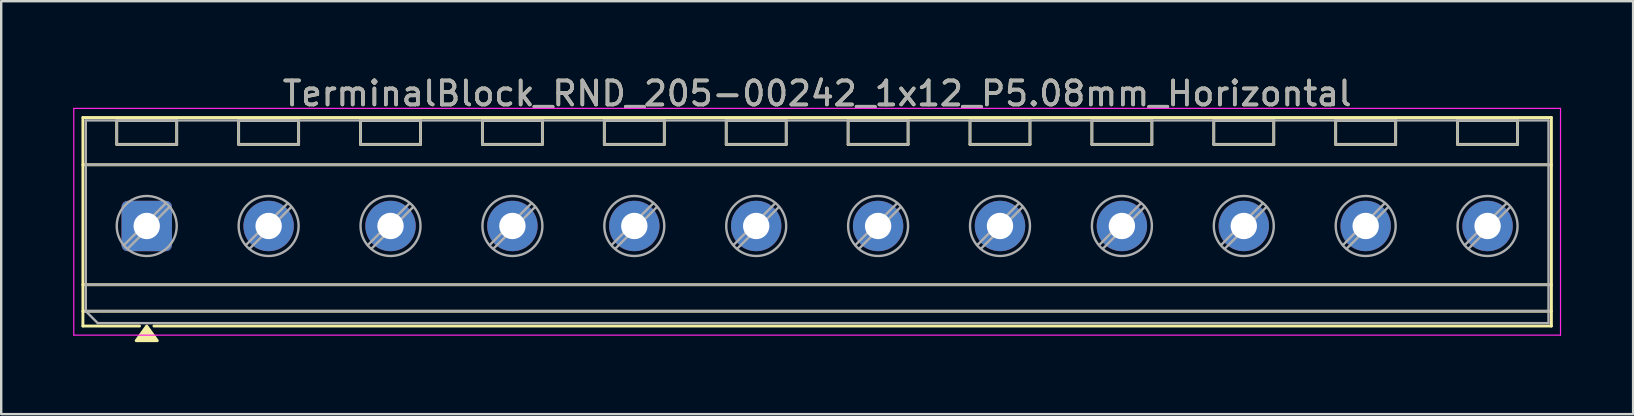
<source format=kicad_pcb>
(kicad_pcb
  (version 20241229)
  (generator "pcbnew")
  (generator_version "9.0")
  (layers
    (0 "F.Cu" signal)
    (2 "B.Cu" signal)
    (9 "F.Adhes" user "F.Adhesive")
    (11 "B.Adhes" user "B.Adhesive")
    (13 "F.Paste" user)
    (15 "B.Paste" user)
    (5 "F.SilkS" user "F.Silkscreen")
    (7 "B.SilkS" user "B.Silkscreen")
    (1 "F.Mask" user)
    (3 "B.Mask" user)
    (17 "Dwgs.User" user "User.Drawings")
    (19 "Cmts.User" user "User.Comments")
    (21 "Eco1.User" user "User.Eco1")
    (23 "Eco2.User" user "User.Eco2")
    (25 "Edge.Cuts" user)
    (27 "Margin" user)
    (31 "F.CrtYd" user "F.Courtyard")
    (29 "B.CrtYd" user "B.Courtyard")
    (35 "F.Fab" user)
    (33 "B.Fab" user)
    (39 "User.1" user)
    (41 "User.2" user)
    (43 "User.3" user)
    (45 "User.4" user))
  (footprint "TerminalBlock_RND_205-00242_1x12_P5.08mm_Horizontal"
    (layer "F.Cu")
    (at 3.065 6.368)
    (property "Reference" "TerminalBlock_RND_205-00242_1x12_P5.08mm_Horizontal" (at 27.94 -5.52 0) (layer "F.SilkS") (effects (font (size 1 1) (thickness 0.15))))
    (attr through_hole)
    (fp_line (start -2.66 -4.52) (end 58.54 -4.52) (stroke (width 0.12) (type solid)) (layer "F.SilkS"))
    (fp_line (start -2.66 -2.55) (end 58.54 -2.55) (stroke (width 0.12) (type solid)) (layer "F.SilkS"))
    (fp_line (start -2.66 2.45) (end 58.54 2.45) (stroke (width 0.12) (type solid)) (layer "F.SilkS"))
    (fp_line (start -2.66 3.55) (end 58.54 3.55) (stroke (width 0.12) (type solid)) (layer "F.SilkS"))
    (fp_line (start -2.66 4.17) (end -2.66 -4.52) (stroke (width 0.12) (type solid)) (layer "F.SilkS"))
    (fp_line (start -1.25 -4.4) (end 1.25 -4.4) (stroke (width 0.12) (type solid)) (layer "F.SilkS"))
    (fp_line (start -1.25 -3.4) (end -1.25 -4.4) (stroke (width 0.12) (type solid)) (layer "F.SilkS"))
    (fp_line (start -0.3 4.17) (end -2.66 4.17) (stroke (width 0.12) (type solid)) (layer "F.SilkS"))
    (fp_line (start 1.25 -4.4) (end 1.25 -3.4) (stroke (width 0.12) (type solid)) (layer "F.SilkS"))
    (fp_line (start 1.25 -3.4) (end -1.25 -3.4) (stroke (width 0.12) (type solid)) (layer "F.SilkS"))
    (fp_line (start 3.83 -4.4) (end 6.33 -4.4) (stroke (width 0.12) (type solid)) (layer "F.SilkS"))
    (fp_line (start 3.83 -3.4) (end 3.83 -4.4) (stroke (width 0.12) (type solid)) (layer "F.SilkS"))
    (fp_line (start 6.33 -4.4) (end 6.33 -3.4) (stroke (width 0.12) (type solid)) (layer "F.SilkS"))
    (fp_line (start 6.33 -3.4) (end 3.83 -3.4) (stroke (width 0.12) (type solid)) (layer "F.SilkS"))
    (fp_line (start 8.91 -4.4) (end 11.41 -4.4) (stroke (width 0.12) (type solid)) (layer "F.SilkS"))
    (fp_line (start 8.91 -3.4) (end 8.91 -4.4) (stroke (width 0.12) (type solid)) (layer "F.SilkS"))
    (fp_line (start 11.41 -4.4) (end 11.41 -3.4) (stroke (width 0.12) (type solid)) (layer "F.SilkS"))
    (fp_line (start 11.41 -3.4) (end 8.91 -3.4) (stroke (width 0.12) (type solid)) (layer "F.SilkS"))
    (fp_line (start 13.99 -4.4) (end 16.49 -4.4) (stroke (width 0.12) (type solid)) (layer "F.SilkS"))
    (fp_line (start 13.99 -3.4) (end 13.99 -4.4) (stroke (width 0.12) (type solid)) (layer "F.SilkS"))
    (fp_line (start 16.49 -4.4) (end 16.49 -3.4) (stroke (width 0.12) (type solid)) (layer "F.SilkS"))
    (fp_line (start 16.49 -3.4) (end 13.99 -3.4) (stroke (width 0.12) (type solid)) (layer "F.SilkS"))
    (fp_line (start 19.07 -4.4) (end 21.57 -4.4) (stroke (width 0.12) (type solid)) (layer "F.SilkS"))
    (fp_line (start 19.07 -3.4) (end 19.07 -4.4) (stroke (width 0.12) (type solid)) (layer "F.SilkS"))
    (fp_line (start 21.57 -4.4) (end 21.57 -3.4) (stroke (width 0.12) (type solid)) (layer "F.SilkS"))
    (fp_line (start 21.57 -3.4) (end 19.07 -3.4) (stroke (width 0.12) (type solid)) (layer "F.SilkS"))
    (fp_line (start 24.15 -4.4) (end 26.65 -4.4) (stroke (width 0.12) (type solid)) (layer "F.SilkS"))
    (fp_line (start 24.15 -3.4) (end 24.15 -4.4) (stroke (width 0.12) (type solid)) (layer "F.SilkS"))
    (fp_line (start 26.65 -4.4) (end 26.65 -3.4) (stroke (width 0.12) (type solid)) (layer "F.SilkS"))
    (fp_line (start 26.65 -3.4) (end 24.15 -3.4) (stroke (width 0.12) (type solid)) (layer "F.SilkS"))
    (fp_line (start 29.23 -4.4) (end 31.73 -4.4) (stroke (width 0.12) (type solid)) (layer "F.SilkS"))
    (fp_line (start 29.23 -3.4) (end 29.23 -4.4) (stroke (width 0.12) (type solid)) (layer "F.SilkS"))
    (fp_line (start 31.73 -4.4) (end 31.73 -3.4) (stroke (width 0.12) (type solid)) (layer "F.SilkS"))
    (fp_line (start 31.73 -3.4) (end 29.23 -3.4) (stroke (width 0.12) (type solid)) (layer "F.SilkS"))
    (fp_line (start 34.31 -4.4) (end 36.81 -4.4) (stroke (width 0.12) (type solid)) (layer "F.SilkS"))
    (fp_line (start 34.31 -3.4) (end 34.31 -4.4) (stroke (width 0.12) (type solid)) (layer "F.SilkS"))
    (fp_line (start 36.81 -4.4) (end 36.81 -3.4) (stroke (width 0.12) (type solid)) (layer "F.SilkS"))
    (fp_line (start 36.81 -3.4) (end 34.31 -3.4) (stroke (width 0.12) (type solid)) (layer "F.SilkS"))
    (fp_line (start 39.39 -4.4) (end 41.89 -4.4) (stroke (width 0.12) (type solid)) (layer "F.SilkS"))
    (fp_line (start 39.39 -3.4) (end 39.39 -4.4) (stroke (width 0.12) (type solid)) (layer "F.SilkS"))
    (fp_line (start 41.89 -4.4) (end 41.89 -3.4) (stroke (width 0.12) (type solid)) (layer "F.SilkS"))
    (fp_line (start 41.89 -3.4) (end 39.39 -3.4) (stroke (width 0.12) (type solid)) (layer "F.SilkS"))
    (fp_line (start 44.47 -4.4) (end 46.97 -4.4) (stroke (width 0.12) (type solid)) (layer "F.SilkS"))
    (fp_line (start 44.47 -3.4) (end 44.47 -4.4) (stroke (width 0.12) (type solid)) (layer "F.SilkS"))
    (fp_line (start 46.97 -4.4) (end 46.97 -3.4) (stroke (width 0.12) (type solid)) (layer "F.SilkS"))
    (fp_line (start 46.97 -3.4) (end 44.47 -3.4) (stroke (width 0.12) (type solid)) (layer "F.SilkS"))
    (fp_line (start 49.55 -4.4) (end 52.05 -4.4) (stroke (width 0.12) (type solid)) (layer "F.SilkS"))
    (fp_line (start 49.55 -3.4) (end 49.55 -4.4) (stroke (width 0.12) (type solid)) (layer "F.SilkS"))
    (fp_line (start 52.05 -4.4) (end 52.05 -3.4) (stroke (width 0.12) (type solid)) (layer "F.SilkS"))
    (fp_line (start 52.05 -3.4) (end 49.55 -3.4) (stroke (width 0.12) (type solid)) (layer "F.SilkS"))
    (fp_line (start 54.63 -4.4) (end 57.13 -4.4) (stroke (width 0.12) (type solid)) (layer "F.SilkS"))
    (fp_line (start 54.63 -3.4) (end 54.63 -4.4) (stroke (width 0.12) (type solid)) (layer "F.SilkS"))
    (fp_line (start 57.13 -4.4) (end 57.13 -3.4) (stroke (width 0.12) (type solid)) (layer "F.SilkS"))
    (fp_line (start 57.13 -3.4) (end 54.63 -3.4) (stroke (width 0.12) (type solid)) (layer "F.SilkS"))
    (fp_line (start 58.54 -4.52) (end 58.54 4.17) (stroke (width 0.12) (type solid)) (layer "F.SilkS"))
    (fp_line (start 58.54 4.17) (end 0.3 4.17) (stroke (width 0.12) (type solid)) (layer "F.SilkS"))
    (fp_poly (pts (xy 0 4.17) (xy 0.44 4.78) (xy -0.44 4.78)) (stroke (width 0.12) (type solid)) (fill yes) (layer "F.SilkS"))
    (fp_line (start -3.04 -4.9) (end -3.04 4.55) (stroke (width 0.05) (type solid)) (layer "F.CrtYd"))
    (fp_line (start -3.04 4.55) (end 58.92 4.55) (stroke (width 0.05) (type solid)) (layer "F.CrtYd"))
    (fp_line (start 58.92 -4.9) (end -3.04 -4.9) (stroke (width 0.05) (type solid)) (layer "F.CrtYd"))
    (fp_line (start 58.92 4.55) (end 58.92 -4.9) (stroke (width 0.05) (type solid)) (layer "F.CrtYd"))
    (fp_line (start -2.54 -4.4) (end 58.42 -4.4) (stroke (width 0.1) (type solid)) (layer "F.Fab"))
    (fp_line (start -2.54 -2.55) (end 58.42 -2.55) (stroke (width 0.1) (type solid)) (layer "F.Fab"))
    (fp_line (start -2.54 2.45) (end 58.42 2.45) (stroke (width 0.1) (type solid)) (layer "F.Fab"))
    (fp_line (start -2.54 3.55) (end -2.54 -4.4) (stroke (width 0.1) (type solid)) (layer "F.Fab"))
    (fp_line (start -2.54 3.55) (end 58.42 3.55) (stroke (width 0.1) (type solid)) (layer "F.Fab"))
    (fp_line (start -2.04 4.05) (end -2.54 3.55) (stroke (width 0.1) (type solid)) (layer "F.Fab"))
    (fp_line (start -1.25 -4.4) (end -1.25 -3.4) (stroke (width 0.1) (type solid)) (layer "F.Fab"))
    (fp_line (start -1.25 -3.4) (end 1.25 -3.4) (stroke (width 0.1) (type solid)) (layer "F.Fab"))
    (fp_line (start 0.795 -0.948) (end -0.948 0.795) (stroke (width 0.1) (type solid)) (layer "F.Fab"))
    (fp_line (start 0.948 -0.795) (end -0.795 0.948) (stroke (width 0.1) (type solid)) (layer "F.Fab"))
    (fp_line (start 1.25 -4.4) (end -1.25 -4.4) (stroke (width 0.1) (type solid)) (layer "F.Fab"))
    (fp_line (start 1.25 -3.4) (end 1.25 -4.4) (stroke (width 0.1) (type solid)) (layer "F.Fab"))
    (fp_line (start 3.83 -4.4) (end 3.83 -3.4) (stroke (width 0.1) (type solid)) (layer "F.Fab"))
    (fp_line (start 3.83 -3.4) (end 6.33 -3.4) (stroke (width 0.1) (type solid)) (layer "F.Fab"))
    (fp_line (start 5.875 -0.948) (end 4.132 0.795) (stroke (width 0.1) (type solid)) (layer "F.Fab"))
    (fp_line (start 6.028 -0.795) (end 4.285 0.948) (stroke (width 0.1) (type solid)) (layer "F.Fab"))
    (fp_line (start 6.33 -4.4) (end 3.83 -4.4) (stroke (width 0.1) (type solid)) (layer "F.Fab"))
    (fp_line (start 6.33 -3.4) (end 6.33 -4.4) (stroke (width 0.1) (type solid)) (layer "F.Fab"))
    (fp_line (start 8.91 -4.4) (end 8.91 -3.4) (stroke (width 0.1) (type solid)) (layer "F.Fab"))
    (fp_line (start 8.91 -3.4) (end 11.41 -3.4) (stroke (width 0.1) (type solid)) (layer "F.Fab"))
    (fp_line (start 10.955 -0.948) (end 9.212 0.795) (stroke (width 0.1) (type solid)) (layer "F.Fab"))
    (fp_line (start 11.108 -0.795) (end 9.365 0.948) (stroke (width 0.1) (type solid)) (layer "F.Fab"))
    (fp_line (start 11.41 -4.4) (end 8.91 -4.4) (stroke (width 0.1) (type solid)) (layer "F.Fab"))
    (fp_line (start 11.41 -3.4) (end 11.41 -4.4) (stroke (width 0.1) (type solid)) (layer "F.Fab"))
    (fp_line (start 13.99 -4.4) (end 13.99 -3.4) (stroke (width 0.1) (type solid)) (layer "F.Fab"))
    (fp_line (start 13.99 -3.4) (end 16.49 -3.4) (stroke (width 0.1) (type solid)) (layer "F.Fab"))
    (fp_line (start 16.035 -0.948) (end 14.292 0.795) (stroke (width 0.1) (type solid)) (layer "F.Fab"))
    (fp_line (start 16.188 -0.795) (end 14.445 0.948) (stroke (width 0.1) (type solid)) (layer "F.Fab"))
    (fp_line (start 16.49 -4.4) (end 13.99 -4.4) (stroke (width 0.1) (type solid)) (layer "F.Fab"))
    (fp_line (start 16.49 -3.4) (end 16.49 -4.4) (stroke (width 0.1) (type solid)) (layer "F.Fab"))
    (fp_line (start 19.07 -4.4) (end 19.07 -3.4) (stroke (width 0.1) (type solid)) (layer "F.Fab"))
    (fp_line (start 19.07 -3.4) (end 21.57 -3.4) (stroke (width 0.1) (type solid)) (layer "F.Fab"))
    (fp_line (start 21.115 -0.948) (end 19.372 0.795) (stroke (width 0.1) (type solid)) (layer "F.Fab"))
    (fp_line (start 21.268 -0.795) (end 19.525 0.948) (stroke (width 0.1) (type solid)) (layer "F.Fab"))
    (fp_line (start 21.57 -4.4) (end 19.07 -4.4) (stroke (width 0.1) (type solid)) (layer "F.Fab"))
    (fp_line (start 21.57 -3.4) (end 21.57 -4.4) (stroke (width 0.1) (type solid)) (layer "F.Fab"))
    (fp_line (start 24.15 -4.4) (end 24.15 -3.4) (stroke (width 0.1) (type solid)) (layer "F.Fab"))
    (fp_line (start 24.15 -3.4) (end 26.65 -3.4) (stroke (width 0.1) (type solid)) (layer "F.Fab"))
    (fp_line (start 26.195 -0.948) (end 24.452 0.795) (stroke (width 0.1) (type solid)) (layer "F.Fab"))
    (fp_line (start 26.348 -0.795) (end 24.605 0.948) (stroke (width 0.1) (type solid)) (layer "F.Fab"))
    (fp_line (start 26.65 -4.4) (end 24.15 -4.4) (stroke (width 0.1) (type solid)) (layer "F.Fab"))
    (fp_line (start 26.65 -3.4) (end 26.65 -4.4) (stroke (width 0.1) (type solid)) (layer "F.Fab"))
    (fp_line (start 29.23 -4.4) (end 29.23 -3.4) (stroke (width 0.1) (type solid)) (layer "F.Fab"))
    (fp_line (start 29.23 -3.4) (end 31.73 -3.4) (stroke (width 0.1) (type solid)) (layer "F.Fab"))
    (fp_line (start 31.275 -0.948) (end 29.532 0.795) (stroke (width 0.1) (type solid)) (layer "F.Fab"))
    (fp_line (start 31.428 -0.795) (end 29.685 0.948) (stroke (width 0.1) (type solid)) (layer "F.Fab"))
    (fp_line (start 31.73 -4.4) (end 29.23 -4.4) (stroke (width 0.1) (type solid)) (layer "F.Fab"))
    (fp_line (start 31.73 -3.4) (end 31.73 -4.4) (stroke (width 0.1) (type solid)) (layer "F.Fab"))
    (fp_line (start 34.31 -4.4) (end 34.31 -3.4) (stroke (width 0.1) (type solid)) (layer "F.Fab"))
    (fp_line (start 34.31 -3.4) (end 36.81 -3.4) (stroke (width 0.1) (type solid)) (layer "F.Fab"))
    (fp_line (start 36.355 -0.948) (end 34.612 0.795) (stroke (width 0.1) (type solid)) (layer "F.Fab"))
    (fp_line (start 36.508 -0.795) (end 34.765 0.948) (stroke (width 0.1) (type solid)) (layer "F.Fab"))
    (fp_line (start 36.81 -4.4) (end 34.31 -4.4) (stroke (width 0.1) (type solid)) (layer "F.Fab"))
    (fp_line (start 36.81 -3.4) (end 36.81 -4.4) (stroke (width 0.1) (type solid)) (layer "F.Fab"))
    (fp_line (start 39.39 -4.4) (end 39.39 -3.4) (stroke (width 0.1) (type solid)) (layer "F.Fab"))
    (fp_line (start 39.39 -3.4) (end 41.89 -3.4) (stroke (width 0.1) (type solid)) (layer "F.Fab"))
    (fp_line (start 41.435 -0.948) (end 39.692 0.795) (stroke (width 0.1) (type solid)) (layer "F.Fab"))
    (fp_line (start 41.588 -0.795) (end 39.845 0.948) (stroke (width 0.1) (type solid)) (layer "F.Fab"))
    (fp_line (start 41.89 -4.4) (end 39.39 -4.4) (stroke (width 0.1) (type solid)) (layer "F.Fab"))
    (fp_line (start 41.89 -3.4) (end 41.89 -4.4) (stroke (width 0.1) (type solid)) (layer "F.Fab"))
    (fp_line (start 44.47 -4.4) (end 44.47 -3.4) (stroke (width 0.1) (type solid)) (layer "F.Fab"))
    (fp_line (start 44.47 -3.4) (end 46.97 -3.4) (stroke (width 0.1) (type solid)) (layer "F.Fab"))
    (fp_line (start 46.515 -0.948) (end 44.772 0.795) (stroke (width 0.1) (type solid)) (layer "F.Fab"))
    (fp_line (start 46.668 -0.795) (end 44.925 0.948) (stroke (width 0.1) (type solid)) (layer "F.Fab"))
    (fp_line (start 46.97 -4.4) (end 44.47 -4.4) (stroke (width 0.1) (type solid)) (layer "F.Fab"))
    (fp_line (start 46.97 -3.4) (end 46.97 -4.4) (stroke (width 0.1) (type solid)) (layer "F.Fab"))
    (fp_line (start 49.55 -4.4) (end 49.55 -3.4) (stroke (width 0.1) (type solid)) (layer "F.Fab"))
    (fp_line (start 49.55 -3.4) (end 52.05 -3.4) (stroke (width 0.1) (type solid)) (layer "F.Fab"))
    (fp_line (start 51.595 -0.948) (end 49.852 0.795) (stroke (width 0.1) (type solid)) (layer "F.Fab"))
    (fp_line (start 51.748 -0.795) (end 50.005 0.948) (stroke (width 0.1) (type solid)) (layer "F.Fab"))
    (fp_line (start 52.05 -4.4) (end 49.55 -4.4) (stroke (width 0.1) (type solid)) (layer "F.Fab"))
    (fp_line (start 52.05 -3.4) (end 52.05 -4.4) (stroke (width 0.1) (type solid)) (layer "F.Fab"))
    (fp_line (start 54.63 -4.4) (end 54.63 -3.4) (stroke (width 0.1) (type solid)) (layer "F.Fab"))
    (fp_line (start 54.63 -3.4) (end 57.13 -3.4) (stroke (width 0.1) (type solid)) (layer "F.Fab"))
    (fp_line (start 56.675 -0.948) (end 54.932 0.795) (stroke (width 0.1) (type solid)) (layer "F.Fab"))
    (fp_line (start 56.828 -0.795) (end 55.085 0.948) (stroke (width 0.1) (type solid)) (layer "F.Fab"))
    (fp_line (start 57.13 -4.4) (end 54.63 -4.4) (stroke (width 0.1) (type solid)) (layer "F.Fab"))
    (fp_line (start 57.13 -3.4) (end 57.13 -4.4) (stroke (width 0.1) (type solid)) (layer "F.Fab"))
    (fp_line (start 58.42 -4.4) (end 58.42 4.05) (stroke (width 0.1) (type solid)) (layer "F.Fab"))
    (fp_line (start 58.42 4.05) (end -2.04 4.05) (stroke (width 0.1) (type solid)) (layer "F.Fab"))
    (fp_circle (center 0 0) (end 1.25 0) (stroke (width 0.1) (type solid)) (fill no) (layer "F.Fab"))
    (fp_circle (center 5.08 0) (end 6.33 0) (stroke (width 0.1) (type solid)) (fill no) (layer "F.Fab"))
    (fp_circle (center 10.16 0) (end 11.41 0) (stroke (width 0.1) (type solid)) (fill no) (layer "F.Fab"))
    (fp_circle (center 15.24 0) (end 16.49 0) (stroke (width 0.1) (type solid)) (fill no) (layer "F.Fab"))
    (fp_circle (center 20.32 0) (end 21.57 0) (stroke (width 0.1) (type solid)) (fill no) (layer "F.Fab"))
    (fp_circle (center 25.4 0) (end 26.65 0) (stroke (width 0.1) (type solid)) (fill no) (layer "F.Fab"))
    (fp_circle (center 30.48 0) (end 31.73 0) (stroke (width 0.1) (type solid)) (fill no) (layer "F.Fab"))
    (fp_circle (center 35.56 0) (end 36.81 0) (stroke (width 0.1) (type solid)) (fill no) (layer "F.Fab"))
    (fp_circle (center 40.64 0) (end 41.89 0) (stroke (width 0.1) (type solid)) (fill no) (layer "F.Fab"))
    (fp_circle (center 45.72 0) (end 46.97 0) (stroke (width 0.1) (type solid)) (fill no) (layer "F.Fab"))
    (fp_circle (center 50.8 0) (end 52.05 0) (stroke (width 0.1) (type solid)) (fill no) (layer "F.Fab"))
    (fp_circle (center 55.88 0) (end 57.13 0) (stroke (width 0.1) (type solid)) (fill no) (layer "F.Fab"))
    (fp_text user "${REFERENCE}" (at 27.94 -5.52 0) (layer "F.Fab") (effects (font (size 1 1) (thickness 0.15))))
    (pad "1" thru_hole roundrect (at 0 0) (size 2.1 2.1) (drill 1.1) (layers "*.Cu" "*.Mask") (roundrect_rratio 0.119))
    (pad "2" thru_hole circle (at 5.08 0) (size 2.1 2.1) (drill 1.1) (layers "*.Cu" "*.Mask"))
    (pad "3" thru_hole circle (at 10.16 0) (size 2.1 2.1) (drill 1.1) (layers "*.Cu" "*.Mask"))
    (pad "4" thru_hole circle (at 15.24 0) (size 2.1 2.1) (drill 1.1) (layers "*.Cu" "*.Mask"))
    (pad "5" thru_hole circle (at 20.32 0) (size 2.1 2.1) (drill 1.1) (layers "*.Cu" "*.Mask"))
    (pad "6" thru_hole circle (at 25.4 0) (size 2.1 2.1) (drill 1.1) (layers "*.Cu" "*.Mask"))
    (pad "7" thru_hole circle (at 30.48 0) (size 2.1 2.1) (drill 1.1) (layers "*.Cu" "*.Mask"))
    (pad "8" thru_hole circle (at 35.56 0) (size 2.1 2.1) (drill 1.1) (layers "*.Cu" "*.Mask"))
    (pad "9" thru_hole circle (at 40.64 0) (size 2.1 2.1) (drill 1.1) (layers "*.Cu" "*.Mask"))
    (pad "10" thru_hole circle (at 45.72 0) (size 2.1 2.1) (drill 1.1) (layers "*.Cu" "*.Mask"))
    (pad "11" thru_hole circle (at 50.8 0) (size 2.1 2.1) (drill 1.1) (layers "*.Cu" "*.Mask"))
    (pad "12" thru_hole circle (at 55.88 0) (size 2.1 2.1) (drill 1.1) (layers "*.Cu" "*.Mask")))
  (gr_rect
    (start -3 -3)
    (end 65.01 14.208)
    (stroke (width 0.1) (type default))
    (fill no)
    (layer "Edge.Cuts")))
</source>
